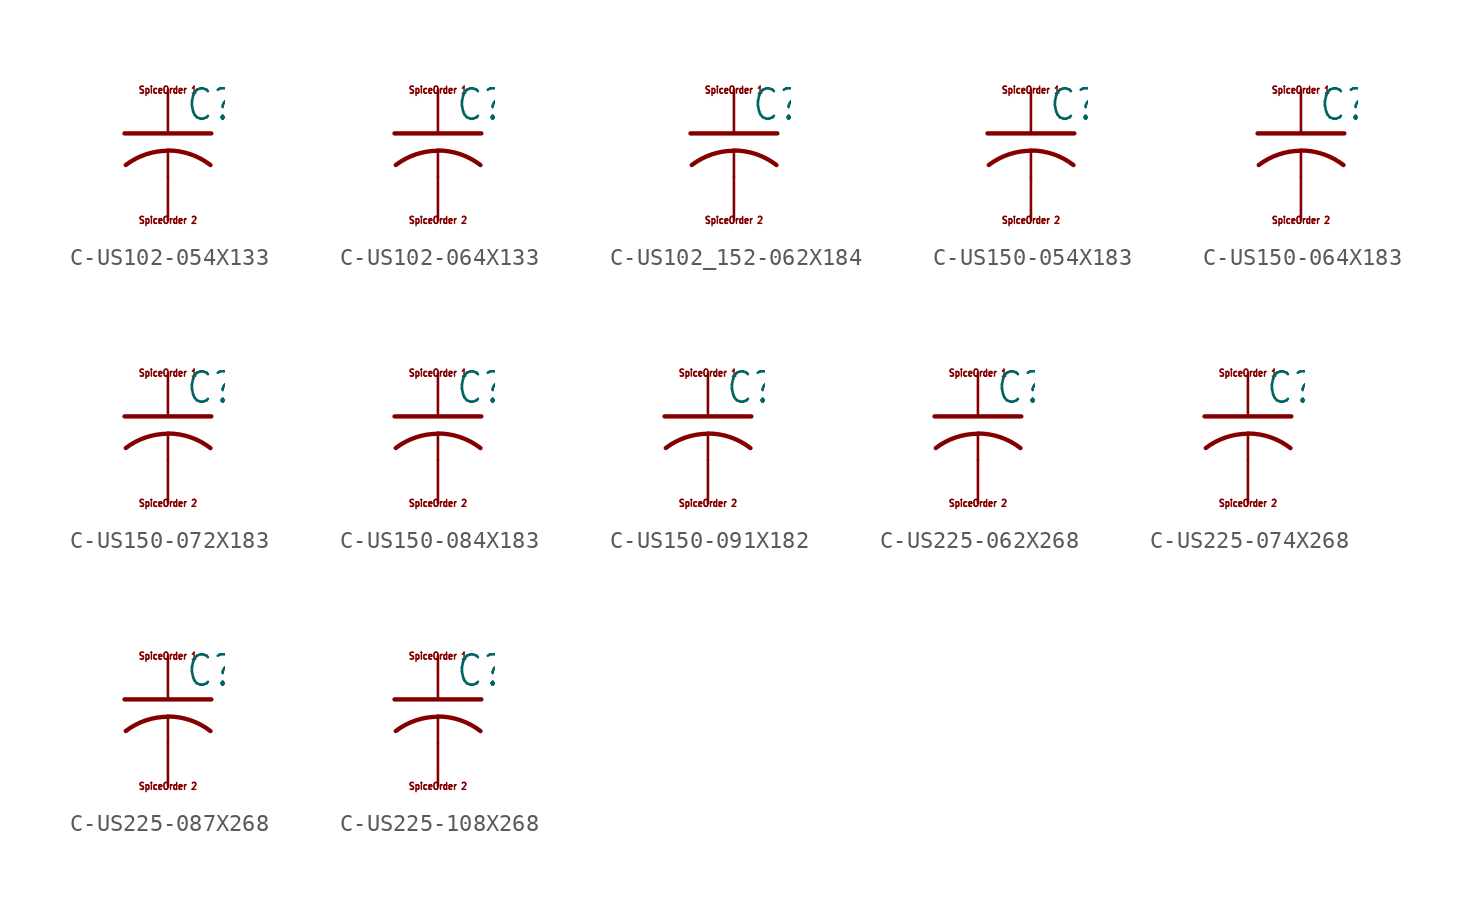
<source format=kicad_sym>
(kicad_symbol_lib
  (version 20220914)
  (generator kicad_symbol_editor)
  (symbol "C-US102-054X133"
    (property "Reference" "C"
      (at 1.016 0.635 0)
      (effects (font (size 1.778 1.511)) (justify left bottom)))
    (property "Value" ""
      (at 1.016 -4.191 0)
      (effects (font (size 1.778 1.511)) (justify left bottom)))
    (property "ki_locked" ""
      (at 0 0 0)
      (effects (font (size 1.27 1.27))))
    (symbol "C-US102-054X133_1_0"
      (arc (start 0 -1.0161) (mid -1.302 -1.2303) (end -2.4668 -1.8504) (stroke (width 0.254) (type solid)) (fill (type none)))
      (polyline (pts (xy -2.54 0) (xy 2.54 0)) (stroke (width 0.254) (type solid)) (fill (type none)))
      (polyline (pts (xy 0 -1.016) (xy 0 -2.54)) (stroke (width 0.152) (type solid)) (fill (type none)))
      (arc (start 2.4892 -1.8541) (mid 1.3158 -1.2194) (end 0 -1) (stroke (width 0.254) (type solid)) (fill (type none)))
      (text "SpiceOrder 1" (at 0 2.54 0) (effects (font (size 0.406 0.345))))
      (text "SpiceOrder 2" (at 0 -5.08 0) (effects (font (size 0.406 0.345))))
      (pin passive line (at 0 2.54 270) (length 2.54) (name "1" (effects (font (size 0 0)))) (number "1" (effects (font (size 0 0)))))
      (pin passive line (at 0 -5.08 90) (length 2.54) (name "2" (effects (font (size 0 0)))) (number "2" (effects (font (size 0 0)))))))
  (symbol "C-US102-064X133"
    (property "Reference" "C"
      (at 1.016 0.635 0)
      (effects (font (size 1.778 1.511)) (justify left bottom)))
    (property "Value" ""
      (at 1.016 -4.191 0)
      (effects (font (size 1.778 1.511)) (justify left bottom)))
    (property "ki_locked" ""
      (at 0 0 0)
      (effects (font (size 1.27 1.27))))
    (symbol "C-US102-064X133_1_0"
      (arc (start 0 -1.0161) (mid -1.302 -1.2303) (end -2.4668 -1.8504) (stroke (width 0.254) (type solid)) (fill (type none)))
      (polyline (pts (xy -2.54 0) (xy 2.54 0)) (stroke (width 0.254) (type solid)) (fill (type none)))
      (polyline (pts (xy 0 -1.016) (xy 0 -2.54)) (stroke (width 0.152) (type solid)) (fill (type none)))
      (arc (start 2.4892 -1.8541) (mid 1.3158 -1.2194) (end 0 -1) (stroke (width 0.254) (type solid)) (fill (type none)))
      (text "SpiceOrder 1" (at 0 2.54 0) (effects (font (size 0.406 0.345))))
      (text "SpiceOrder 2" (at 0 -5.08 0) (effects (font (size 0.406 0.345))))
      (pin passive line (at 0 2.54 270) (length 2.54) (name "1" (effects (font (size 0 0)))) (number "1" (effects (font (size 0 0)))))
      (pin passive line (at 0 -5.08 90) (length 2.54) (name "2" (effects (font (size 0 0)))) (number "2" (effects (font (size 0 0)))))))
  (symbol "C-US102_152-062X184"
    (property "Reference" "C"
      (at 1.016 0.635 0)
      (effects (font (size 1.778 1.511)) (justify left bottom)))
    (property "Value" ""
      (at 1.016 -4.191 0)
      (effects (font (size 1.778 1.511)) (justify left bottom)))
    (property "ki_locked" ""
      (at 0 0 0)
      (effects (font (size 1.27 1.27))))
    (symbol "C-US102_152-062X184_1_0"
      (arc (start 0 -1.0161) (mid -1.302 -1.2303) (end -2.4668 -1.8504) (stroke (width 0.254) (type solid)) (fill (type none)))
      (polyline (pts (xy -2.54 0) (xy 2.54 0)) (stroke (width 0.254) (type solid)) (fill (type none)))
      (polyline (pts (xy 0 -1.016) (xy 0 -2.54)) (stroke (width 0.152) (type solid)) (fill (type none)))
      (arc (start 2.4892 -1.8541) (mid 1.3158 -1.2194) (end 0 -1) (stroke (width 0.254) (type solid)) (fill (type none)))
      (text "SpiceOrder 1" (at 0 2.54 0) (effects (font (size 0.406 0.345))))
      (text "SpiceOrder 2" (at 0 -5.08 0) (effects (font (size 0.406 0.345))))
      (pin passive line (at 0 2.54 270) (length 2.54) (name "1" (effects (font (size 0 0)))) (number "1" (effects (font (size 0 0)))))
      (pin passive line (at 0 -5.08 90) (length 2.54) (name "2" (effects (font (size 0 0)))) (number "2" (effects (font (size 0 0)))))))
  (symbol "C-US150-054X183"
    (property "Reference" "C"
      (at 1.016 0.635 0)
      (effects (font (size 1.778 1.511)) (justify left bottom)))
    (property "Value" ""
      (at 1.016 -4.191 0)
      (effects (font (size 1.778 1.511)) (justify left bottom)))
    (property "ki_locked" ""
      (at 0 0 0)
      (effects (font (size 1.27 1.27))))
    (symbol "C-US150-054X183_1_0"
      (arc (start 0 -1.0161) (mid -1.302 -1.2303) (end -2.4668 -1.8504) (stroke (width 0.254) (type solid)) (fill (type none)))
      (polyline (pts (xy -2.54 0) (xy 2.54 0)) (stroke (width 0.254) (type solid)) (fill (type none)))
      (polyline (pts (xy 0 -1.016) (xy 0 -2.54)) (stroke (width 0.152) (type solid)) (fill (type none)))
      (arc (start 2.4892 -1.8541) (mid 1.3158 -1.2194) (end 0 -1) (stroke (width 0.254) (type solid)) (fill (type none)))
      (text "SpiceOrder 1" (at 0 2.54 0) (effects (font (size 0.406 0.345))))
      (text "SpiceOrder 2" (at 0 -5.08 0) (effects (font (size 0.406 0.345))))
      (pin passive line (at 0 2.54 270) (length 2.54) (name "1" (effects (font (size 0 0)))) (number "1" (effects (font (size 0 0)))))
      (pin passive line (at 0 -5.08 90) (length 2.54) (name "2" (effects (font (size 0 0)))) (number "2" (effects (font (size 0 0)))))))
  (symbol "C-US150-064X183"
    (property "Reference" "C"
      (at 1.016 0.635 0)
      (effects (font (size 1.778 1.511)) (justify left bottom)))
    (property "Value" ""
      (at 1.016 -4.191 0)
      (effects (font (size 1.778 1.511)) (justify left bottom)))
    (property "ki_locked" ""
      (at 0 0 0)
      (effects (font (size 1.27 1.27))))
    (symbol "C-US150-064X183_1_0"
      (arc (start 0 -1.0161) (mid -1.302 -1.2303) (end -2.4668 -1.8504) (stroke (width 0.254) (type solid)) (fill (type none)))
      (polyline (pts (xy -2.54 0) (xy 2.54 0)) (stroke (width 0.254) (type solid)) (fill (type none)))
      (polyline (pts (xy 0 -1.016) (xy 0 -2.54)) (stroke (width 0.152) (type solid)) (fill (type none)))
      (arc (start 2.4892 -1.8541) (mid 1.3158 -1.2194) (end 0 -1) (stroke (width 0.254) (type solid)) (fill (type none)))
      (text "SpiceOrder 1" (at 0 2.54 0) (effects (font (size 0.406 0.345))))
      (text "SpiceOrder 2" (at 0 -5.08 0) (effects (font (size 0.406 0.345))))
      (pin passive line (at 0 2.54 270) (length 2.54) (name "1" (effects (font (size 0 0)))) (number "1" (effects (font (size 0 0)))))
      (pin passive line (at 0 -5.08 90) (length 2.54) (name "2" (effects (font (size 0 0)))) (number "2" (effects (font (size 0 0)))))))
  (symbol "C-US150-072X183"
    (property "Reference" "C"
      (at 1.016 0.635 0)
      (effects (font (size 1.778 1.511)) (justify left bottom)))
    (property "Value" ""
      (at 1.016 -4.191 0)
      (effects (font (size 1.778 1.511)) (justify left bottom)))
    (property "ki_locked" ""
      (at 0 0 0)
      (effects (font (size 1.27 1.27))))
    (symbol "C-US150-072X183_1_0"
      (arc (start 0 -1.0161) (mid -1.302 -1.2303) (end -2.4668 -1.8504) (stroke (width 0.254) (type solid)) (fill (type none)))
      (polyline (pts (xy -2.54 0) (xy 2.54 0)) (stroke (width 0.254) (type solid)) (fill (type none)))
      (polyline (pts (xy 0 -1.016) (xy 0 -2.54)) (stroke (width 0.152) (type solid)) (fill (type none)))
      (arc (start 2.4892 -1.8541) (mid 1.3158 -1.2194) (end 0 -1) (stroke (width 0.254) (type solid)) (fill (type none)))
      (text "SpiceOrder 1" (at 0 2.54 0) (effects (font (size 0.406 0.345))))
      (text "SpiceOrder 2" (at 0 -5.08 0) (effects (font (size 0.406 0.345))))
      (pin passive line (at 0 2.54 270) (length 2.54) (name "1" (effects (font (size 0 0)))) (number "1" (effects (font (size 0 0)))))
      (pin passive line (at 0 -5.08 90) (length 2.54) (name "2" (effects (font (size 0 0)))) (number "2" (effects (font (size 0 0)))))))
  (symbol "C-US150-084X183"
    (property "Reference" "C"
      (at 1.016 0.635 0)
      (effects (font (size 1.778 1.511)) (justify left bottom)))
    (property "Value" ""
      (at 1.016 -4.191 0)
      (effects (font (size 1.778 1.511)) (justify left bottom)))
    (property "ki_locked" ""
      (at 0 0 0)
      (effects (font (size 1.27 1.27))))
    (symbol "C-US150-084X183_1_0"
      (arc (start 0 -1.0161) (mid -1.302 -1.2303) (end -2.4668 -1.8504) (stroke (width 0.254) (type solid)) (fill (type none)))
      (polyline (pts (xy -2.54 0) (xy 2.54 0)) (stroke (width 0.254) (type solid)) (fill (type none)))
      (polyline (pts (xy 0 -1.016) (xy 0 -2.54)) (stroke (width 0.152) (type solid)) (fill (type none)))
      (arc (start 2.4892 -1.8541) (mid 1.3158 -1.2194) (end 0 -1) (stroke (width 0.254) (type solid)) (fill (type none)))
      (text "SpiceOrder 1" (at 0 2.54 0) (effects (font (size 0.406 0.345))))
      (text "SpiceOrder 2" (at 0 -5.08 0) (effects (font (size 0.406 0.345))))
      (pin passive line (at 0 2.54 270) (length 2.54) (name "1" (effects (font (size 0 0)))) (number "1" (effects (font (size 0 0)))))
      (pin passive line (at 0 -5.08 90) (length 2.54) (name "2" (effects (font (size 0 0)))) (number "2" (effects (font (size 0 0)))))))
  (symbol "C-US150-091X182"
    (property "Reference" "C"
      (at 1.016 0.635 0)
      (effects (font (size 1.778 1.511)) (justify left bottom)))
    (property "Value" ""
      (at 1.016 -4.191 0)
      (effects (font (size 1.778 1.511)) (justify left bottom)))
    (property "ki_locked" ""
      (at 0 0 0)
      (effects (font (size 1.27 1.27))))
    (symbol "C-US150-091X182_1_0"
      (arc (start 0 -1.0161) (mid -1.302 -1.2303) (end -2.4668 -1.8504) (stroke (width 0.254) (type solid)) (fill (type none)))
      (polyline (pts (xy -2.54 0) (xy 2.54 0)) (stroke (width 0.254) (type solid)) (fill (type none)))
      (polyline (pts (xy 0 -1.016) (xy 0 -2.54)) (stroke (width 0.152) (type solid)) (fill (type none)))
      (arc (start 2.4892 -1.8541) (mid 1.3158 -1.2194) (end 0 -1) (stroke (width 0.254) (type solid)) (fill (type none)))
      (text "SpiceOrder 1" (at 0 2.54 0) (effects (font (size 0.406 0.345))))
      (text "SpiceOrder 2" (at 0 -5.08 0) (effects (font (size 0.406 0.345))))
      (pin passive line (at 0 2.54 270) (length 2.54) (name "1" (effects (font (size 0 0)))) (number "1" (effects (font (size 0 0)))))
      (pin passive line (at 0 -5.08 90) (length 2.54) (name "2" (effects (font (size 0 0)))) (number "2" (effects (font (size 0 0)))))))
  (symbol "C-US225-062X268"
    (property "Reference" "C"
      (at 1.016 0.635 0)
      (effects (font (size 1.778 1.511)) (justify left bottom)))
    (property "Value" ""
      (at 1.016 -4.191 0)
      (effects (font (size 1.778 1.511)) (justify left bottom)))
    (property "ki_locked" ""
      (at 0 0 0)
      (effects (font (size 1.27 1.27))))
    (symbol "C-US225-062X268_1_0"
      (arc (start 0 -1.0161) (mid -1.302 -1.2303) (end -2.4668 -1.8504) (stroke (width 0.254) (type solid)) (fill (type none)))
      (polyline (pts (xy -2.54 0) (xy 2.54 0)) (stroke (width 0.254) (type solid)) (fill (type none)))
      (polyline (pts (xy 0 -1.016) (xy 0 -2.54)) (stroke (width 0.152) (type solid)) (fill (type none)))
      (arc (start 2.4892 -1.8541) (mid 1.3158 -1.2194) (end 0 -1) (stroke (width 0.254) (type solid)) (fill (type none)))
      (text "SpiceOrder 1" (at 0 2.54 0) (effects (font (size 0.406 0.345))))
      (text "SpiceOrder 2" (at 0 -5.08 0) (effects (font (size 0.406 0.345))))
      (pin passive line (at 0 2.54 270) (length 2.54) (name "1" (effects (font (size 0 0)))) (number "1" (effects (font (size 0 0)))))
      (pin passive line (at 0 -5.08 90) (length 2.54) (name "2" (effects (font (size 0 0)))) (number "2" (effects (font (size 0 0)))))))
  (symbol "C-US225-074X268"
    (property "Reference" "C"
      (at 1.016 0.635 0)
      (effects (font (size 1.778 1.511)) (justify left bottom)))
    (property "Value" ""
      (at 1.016 -4.191 0)
      (effects (font (size 1.778 1.511)) (justify left bottom)))
    (property "ki_locked" ""
      (at 0 0 0)
      (effects (font (size 1.27 1.27))))
    (symbol "C-US225-074X268_1_0"
      (arc (start 0 -1.0161) (mid -1.302 -1.2303) (end -2.4668 -1.8504) (stroke (width 0.254) (type solid)) (fill (type none)))
      (polyline (pts (xy -2.54 0) (xy 2.54 0)) (stroke (width 0.254) (type solid)) (fill (type none)))
      (polyline (pts (xy 0 -1.016) (xy 0 -2.54)) (stroke (width 0.152) (type solid)) (fill (type none)))
      (arc (start 2.4892 -1.8541) (mid 1.3158 -1.2194) (end 0 -1) (stroke (width 0.254) (type solid)) (fill (type none)))
      (text "SpiceOrder 1" (at 0 2.54 0) (effects (font (size 0.406 0.345))))
      (text "SpiceOrder 2" (at 0 -5.08 0) (effects (font (size 0.406 0.345))))
      (pin passive line (at 0 2.54 270) (length 2.54) (name "1" (effects (font (size 0 0)))) (number "1" (effects (font (size 0 0)))))
      (pin passive line (at 0 -5.08 90) (length 2.54) (name "2" (effects (font (size 0 0)))) (number "2" (effects (font (size 0 0)))))))
  (symbol "C-US225-087X268"
    (property "Reference" "C"
      (at 1.016 0.635 0)
      (effects (font (size 1.778 1.511)) (justify left bottom)))
    (property "Value" ""
      (at 1.016 -4.191 0)
      (effects (font (size 1.778 1.511)) (justify left bottom)))
    (property "ki_locked" ""
      (at 0 0 0)
      (effects (font (size 1.27 1.27))))
    (symbol "C-US225-087X268_1_0"
      (arc (start 0 -1.0161) (mid -1.302 -1.2303) (end -2.4668 -1.8504) (stroke (width 0.254) (type solid)) (fill (type none)))
      (polyline (pts (xy -2.54 0) (xy 2.54 0)) (stroke (width 0.254) (type solid)) (fill (type none)))
      (polyline (pts (xy 0 -1.016) (xy 0 -2.54)) (stroke (width 0.152) (type solid)) (fill (type none)))
      (arc (start 2.4892 -1.8541) (mid 1.3158 -1.2194) (end 0 -1) (stroke (width 0.254) (type solid)) (fill (type none)))
      (text "SpiceOrder 1" (at 0 2.54 0) (effects (font (size 0.406 0.345))))
      (text "SpiceOrder 2" (at 0 -5.08 0) (effects (font (size 0.406 0.345))))
      (pin passive line (at 0 2.54 270) (length 2.54) (name "1" (effects (font (size 0 0)))) (number "1" (effects (font (size 0 0)))))
      (pin passive line (at 0 -5.08 90) (length 2.54) (name "2" (effects (font (size 0 0)))) (number "2" (effects (font (size 0 0)))))))
  (symbol "C-US225-108X268"
    (property "Reference" "C"
      (at 1.016 0.635 0)
      (effects (font (size 1.778 1.511)) (justify left bottom)))
    (property "Value" ""
      (at 1.016 -4.191 0)
      (effects (font (size 1.778 1.511)) (justify left bottom)))
    (property "ki_locked" ""
      (at 0 0 0)
      (effects (font (size 1.27 1.27))))
    (symbol "C-US225-108X268_1_0"
      (arc (start 0 -1.0161) (mid -1.302 -1.2303) (end -2.4668 -1.8504) (stroke (width 0.254) (type solid)) (fill (type none)))
      (polyline (pts (xy -2.54 0) (xy 2.54 0)) (stroke (width 0.254) (type solid)) (fill (type none)))
      (polyline (pts (xy 0 -1.016) (xy 0 -2.54)) (stroke (width 0.152) (type solid)) (fill (type none)))
      (arc (start 2.4892 -1.8541) (mid 1.3158 -1.2194) (end 0 -1) (stroke (width 0.254) (type solid)) (fill (type none)))
      (text "SpiceOrder 1" (at 0 2.54 0) (effects (font (size 0.406 0.345))))
      (text "SpiceOrder 2" (at 0 -5.08 0) (effects (font (size 0.406 0.345))))
      (pin passive line (at 0 2.54 270) (length 2.54) (name "1" (effects (font (size 0 0)))) (number "1" (effects (font (size 0 0)))))
      (pin passive line (at 0 -5.08 90) (length 2.54) (name "2" (effects (font (size 0 0)))) (number "2" (effects (font (size 0 0))))))))
</source>
